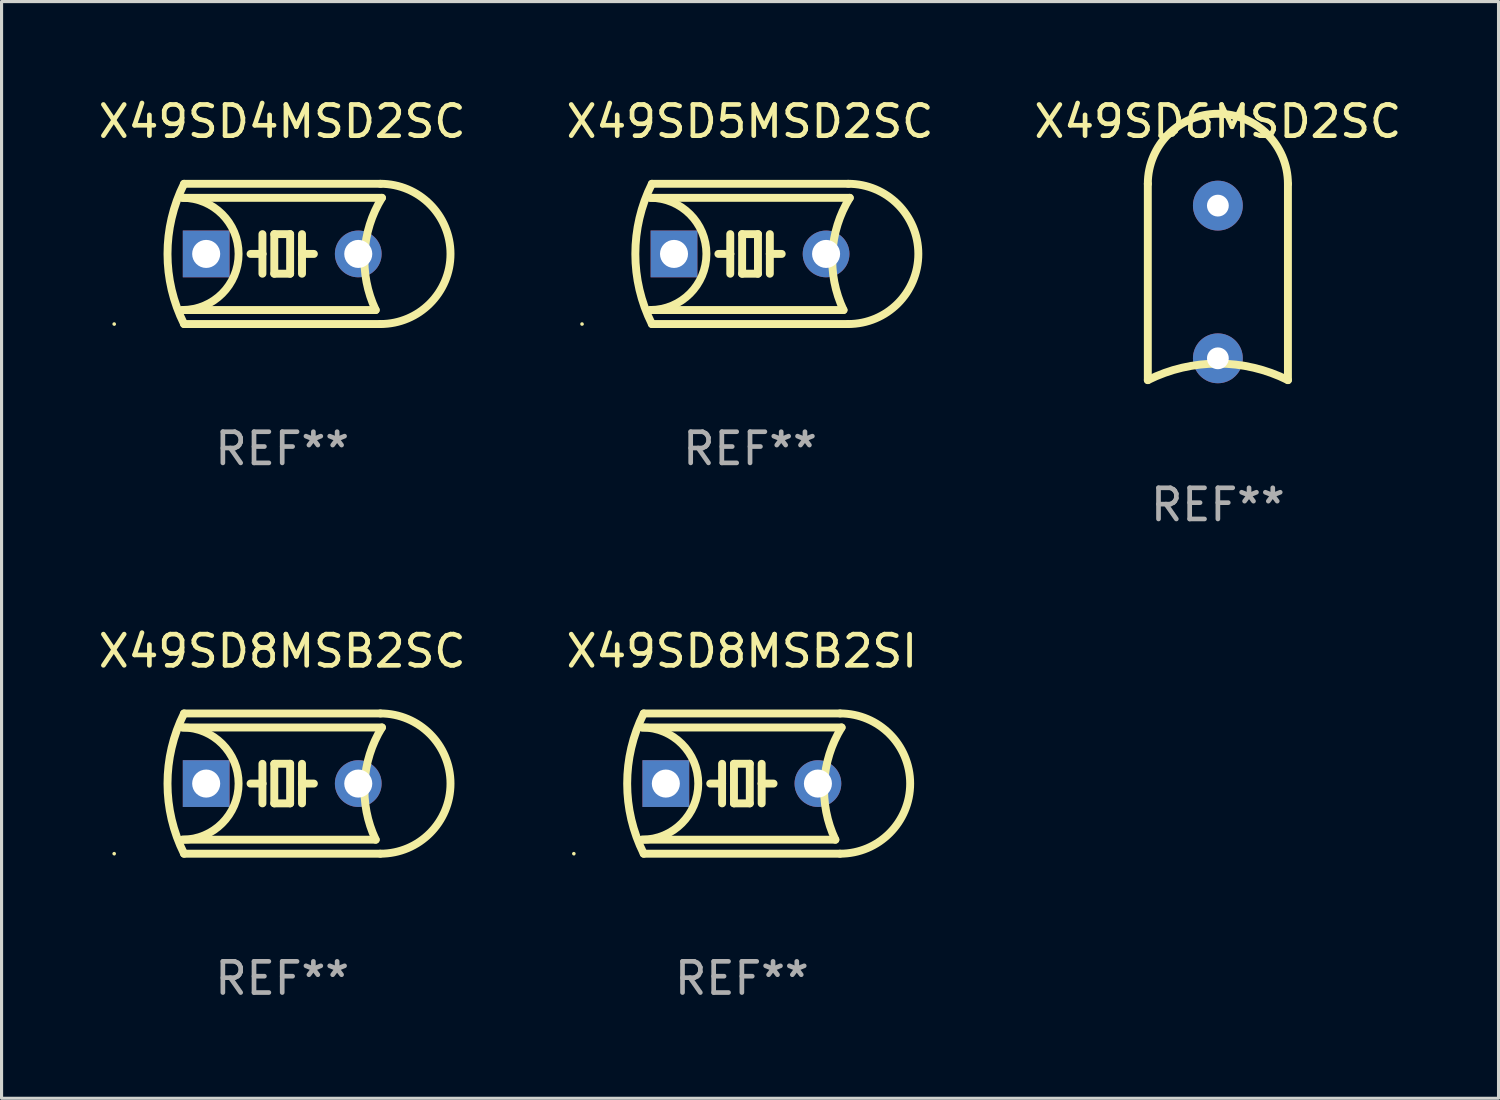
<source format=kicad_pcb>
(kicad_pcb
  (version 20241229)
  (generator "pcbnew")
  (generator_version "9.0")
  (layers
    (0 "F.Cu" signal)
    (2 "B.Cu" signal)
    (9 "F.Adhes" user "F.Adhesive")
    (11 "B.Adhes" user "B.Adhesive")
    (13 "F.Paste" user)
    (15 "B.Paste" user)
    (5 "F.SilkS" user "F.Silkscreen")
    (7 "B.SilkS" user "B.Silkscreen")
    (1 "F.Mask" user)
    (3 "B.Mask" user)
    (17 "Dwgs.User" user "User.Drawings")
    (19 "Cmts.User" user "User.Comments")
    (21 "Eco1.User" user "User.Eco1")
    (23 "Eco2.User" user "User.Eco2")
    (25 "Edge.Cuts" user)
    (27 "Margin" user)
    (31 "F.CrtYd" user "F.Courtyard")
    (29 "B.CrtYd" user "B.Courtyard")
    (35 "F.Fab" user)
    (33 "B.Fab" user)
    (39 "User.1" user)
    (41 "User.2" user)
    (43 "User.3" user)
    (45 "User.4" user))
  (footprint "X49SD8MSB2SC"
    (layer "F.Cu")
    (at 6.006 22.094)
    (property "Reference" "X49SD8MSB2SC" (at 0 -4.25 0) (layer "F.SilkS") (effects (font (size 1 1) (thickness 0.15))))
    (attr through_hole)
    (fp_line (start -3.2 -1.8) (end 3.2 -1.8) (stroke (width 0.254) (type solid)) (layer "F.SilkS"))
    (fp_line (start -3.15 2.25) (end 3.15 2.25) (stroke (width 0.254) (type solid)) (layer "F.SilkS"))
    (fp_line (start -0.635 -0.635) (end -0.635 0) (stroke (width 0.254) (type solid)) (layer "F.SilkS"))
    (fp_line (start -0.635 0) (end -1.016 0) (stroke (width 0.254) (type solid)) (layer "F.SilkS"))
    (fp_line (start -0.635 0) (end -0.635 0.635) (stroke (width 0.254) (type solid)) (layer "F.SilkS"))
    (fp_line (start -0.254 -0.635) (end -0.254 0.635) (stroke (width 0.254) (type solid)) (layer "F.SilkS"))
    (fp_line (start -0.254 0.635) (end 0.254 0.635) (stroke (width 0.254) (type solid)) (layer "F.SilkS"))
    (fp_line (start 0.254 -0.635) (end -0.254 -0.635) (stroke (width 0.254) (type solid)) (layer "F.SilkS"))
    (fp_line (start 0.254 0.635) (end 0.254 -0.635) (stroke (width 0.254) (type solid)) (layer "F.SilkS"))
    (fp_line (start 0.635 -0.635) (end 0.635 0) (stroke (width 0.254) (type solid)) (layer "F.SilkS"))
    (fp_line (start 0.635 0) (end 0.635 0.635) (stroke (width 0.254) (type solid)) (layer "F.SilkS"))
    (fp_line (start 0.635 0) (end 1.016 0) (stroke (width 0.254) (type solid)) (layer "F.SilkS"))
    (fp_line (start 3 1.8) (end -3.2 1.8) (stroke (width 0.254) (type solid)) (layer "F.SilkS"))
    (fp_line (start 3.15 -2.25) (end -3.15 -2.25) (stroke (width 0.254) (type solid)) (layer "F.SilkS"))
    (fp_arc (start -3.200406 -1.800864) (mid -1.399974 -0.000635) (end -3.2 1.8) (stroke (width 0.254001) (type solid)) (layer "F.SilkS"))
    (fp_arc (start -3.149606 2.250444) (mid -3.680941 0.000261) (end -3.149987 -2.250013) (stroke (width 0.254001) (type solid)) (layer "F.SilkS"))
    (fp_arc (start 2.999746 1.800863) (mid 2.642982 -0.024977) (end 3.2 -1.8) (stroke (width 0.254001) (type solid)) (layer "F.SilkS"))
    (fp_arc (start 3.149607 -2.250445) (mid 5.399848 -0.000406) (end 3.149987 2.250013) (stroke (width 0.254001) (type solid)) (layer "F.SilkS"))
    (fp_circle (center -5.392 2.25) (end -5.362 2.25) (stroke (width 0.06) (type solid)) (fill no) (layer "F.SilkS"))
    (fp_text user "REF**" (at 0 6.25 0) (layer "F.Fab") (effects (font (size 1 1) (thickness 0.15))))
    (pad "1" thru_hole rect (at -2.44 0) (size 1.5 1.5) (drill 0.9) (layers "*.Cu" "*.Mask"))
    (pad "2" thru_hole circle (at 2.44 0) (size 1.5 1.5) (drill 0.9) (layers "*.Cu" "*.Mask")))
  (footprint "X49SD8MSB2SI"
    (layer "F.Cu")
    (at 20.756 22.094)
    (property "Reference" "X49SD8MSB2SI" (at 0 -4.25 0) (layer "F.SilkS") (effects (font (size 1 1) (thickness 0.15))))
    (attr through_hole)
    (fp_line (start -3.2 -1.8) (end 3.2 -1.8) (stroke (width 0.254) (type solid)) (layer "F.SilkS"))
    (fp_line (start -3.15 2.25) (end 3.15 2.25) (stroke (width 0.254) (type solid)) (layer "F.SilkS"))
    (fp_line (start -0.635 -0.635) (end -0.635 0) (stroke (width 0.254) (type solid)) (layer "F.SilkS"))
    (fp_line (start -0.635 0) (end -1.016 0) (stroke (width 0.254) (type solid)) (layer "F.SilkS"))
    (fp_line (start -0.635 0) (end -0.635 0.635) (stroke (width 0.254) (type solid)) (layer "F.SilkS"))
    (fp_line (start -0.254 -0.635) (end -0.254 0.635) (stroke (width 0.254) (type solid)) (layer "F.SilkS"))
    (fp_line (start -0.254 0.635) (end 0.254 0.635) (stroke (width 0.254) (type solid)) (layer "F.SilkS"))
    (fp_line (start 0.254 -0.635) (end -0.254 -0.635) (stroke (width 0.254) (type solid)) (layer "F.SilkS"))
    (fp_line (start 0.254 0.635) (end 0.254 -0.635) (stroke (width 0.254) (type solid)) (layer "F.SilkS"))
    (fp_line (start 0.635 -0.635) (end 0.635 0) (stroke (width 0.254) (type solid)) (layer "F.SilkS"))
    (fp_line (start 0.635 0) (end 0.635 0.635) (stroke (width 0.254) (type solid)) (layer "F.SilkS"))
    (fp_line (start 0.635 0) (end 1.016 0) (stroke (width 0.254) (type solid)) (layer "F.SilkS"))
    (fp_line (start 3 1.8) (end -3.2 1.8) (stroke (width 0.254) (type solid)) (layer "F.SilkS"))
    (fp_line (start 3.15 -2.25) (end -3.15 -2.25) (stroke (width 0.254) (type solid)) (layer "F.SilkS"))
    (fp_arc (start -3.200406 -1.800864) (mid -1.399974 -0.000635) (end -3.2 1.8) (stroke (width 0.254001) (type solid)) (layer "F.SilkS"))
    (fp_arc (start -3.149606 2.250444) (mid -3.680941 0.000261) (end -3.149987 -2.250013) (stroke (width 0.254001) (type solid)) (layer "F.SilkS"))
    (fp_arc (start 2.999746 1.800863) (mid 2.642982 -0.024977) (end 3.2 -1.8) (stroke (width 0.254001) (type solid)) (layer "F.SilkS"))
    (fp_arc (start 3.149607 -2.250445) (mid 5.399848 -0.000406) (end 3.149987 2.250013) (stroke (width 0.254001) (type solid)) (layer "F.SilkS"))
    (fp_circle (center -5.392 2.25) (end -5.362 2.25) (stroke (width 0.06) (type solid)) (fill no) (layer "F.SilkS"))
    (fp_text user "REF**" (at 0 6.25 0) (layer "F.Fab") (effects (font (size 1 1) (thickness 0.15))))
    (pad "1" thru_hole rect (at -2.44 0) (size 1.5 1.5) (drill 0.9) (layers "*.Cu" "*.Mask"))
    (pad "2" thru_hole circle (at 2.44 0) (size 1.5 1.5) (drill 0.9) (layers "*.Cu" "*.Mask")))
  (footprint "X49SD4MSD2SC"
    (layer "F.Cu")
    (at 6.006 5.098)
    (property "Reference" "X49SD4MSD2SC" (at 0 -4.25 0) (layer "F.SilkS") (effects (font (size 1 1) (thickness 0.15))))
    (attr through_hole)
    (fp_line (start -3.2 -1.8) (end 3.2 -1.8) (stroke (width 0.254) (type solid)) (layer "F.SilkS"))
    (fp_line (start -3.15 2.25) (end 3.15 2.25) (stroke (width 0.254) (type solid)) (layer "F.SilkS"))
    (fp_line (start -0.635 -0.635) (end -0.635 0) (stroke (width 0.254) (type solid)) (layer "F.SilkS"))
    (fp_line (start -0.635 0) (end -1.016 0) (stroke (width 0.254) (type solid)) (layer "F.SilkS"))
    (fp_line (start -0.635 0) (end -0.635 0.635) (stroke (width 0.254) (type solid)) (layer "F.SilkS"))
    (fp_line (start -0.254 -0.635) (end -0.254 0.635) (stroke (width 0.254) (type solid)) (layer "F.SilkS"))
    (fp_line (start -0.254 0.635) (end 0.254 0.635) (stroke (width 0.254) (type solid)) (layer "F.SilkS"))
    (fp_line (start 0.254 -0.635) (end -0.254 -0.635) (stroke (width 0.254) (type solid)) (layer "F.SilkS"))
    (fp_line (start 0.254 0.635) (end 0.254 -0.635) (stroke (width 0.254) (type solid)) (layer "F.SilkS"))
    (fp_line (start 0.635 -0.635) (end 0.635 0) (stroke (width 0.254) (type solid)) (layer "F.SilkS"))
    (fp_line (start 0.635 0) (end 0.635 0.635) (stroke (width 0.254) (type solid)) (layer "F.SilkS"))
    (fp_line (start 0.635 0) (end 1.016 0) (stroke (width 0.254) (type solid)) (layer "F.SilkS"))
    (fp_line (start 3 1.8) (end -3.2 1.8) (stroke (width 0.254) (type solid)) (layer "F.SilkS"))
    (fp_line (start 3.15 -2.25) (end -3.15 -2.25) (stroke (width 0.254) (type solid)) (layer "F.SilkS"))
    (fp_arc (start -3.200406 -1.800864) (mid -1.399974 -0.000635) (end -3.2 1.8) (stroke (width 0.254001) (type solid)) (layer "F.SilkS"))
    (fp_arc (start -3.149606 2.250444) (mid -3.680941 0.000261) (end -3.149987 -2.250013) (stroke (width 0.254001) (type solid)) (layer "F.SilkS"))
    (fp_arc (start 2.999746 1.800863) (mid 2.642982 -0.024977) (end 3.2 -1.8) (stroke (width 0.254001) (type solid)) (layer "F.SilkS"))
    (fp_arc (start 3.149607 -2.250445) (mid 5.399848 -0.000406) (end 3.149987 2.250013) (stroke (width 0.254001) (type solid)) (layer "F.SilkS"))
    (fp_circle (center -5.392 2.25) (end -5.362 2.25) (stroke (width 0.06) (type solid)) (fill no) (layer "F.SilkS"))
    (fp_text user "REF**" (at 0 6.25 0) (layer "F.Fab") (effects (font (size 1 1) (thickness 0.15))))
    (pad "1" thru_hole rect (at -2.44 0) (size 1.5 1.5) (drill 0.9) (layers "*.Cu" "*.Mask"))
    (pad "2" thru_hole circle (at 2.44 0) (size 1.5 1.5) (drill 0.9) (layers "*.Cu" "*.Mask")))
  (footprint "X49SD6MSD2SC"
    (layer "F.Cu")
    (at 36.03 5.998)
    (property "Reference" "X49SD6MSD2SC" (at 0 -5.15 0) (layer "F.SilkS") (effects (font (size 1 1) (thickness 0.15))))
    (attr through_hole)
    (fp_line (start -2.248 3.15) (end -2.248 -3.15) (stroke (width 0.254) (type solid)) (layer "F.SilkS"))
    (fp_line (start 2.248 3.15) (end 2.248 -3.15) (stroke (width 0.254) (type solid)) (layer "F.SilkS"))
    (fp_arc (start -2.247904 -3.149606) (mid 0 -5.39751) (end 2.247904 -3.149606) (stroke (width 0.254001) (type solid)) (layer "F.SilkS"))
    (fp_arc (start -2.247904 3.149606) (mid 0 2.618948) (end 2.247905 3.149606) (stroke (width 0.254001) (type solid)) (layer "F.SilkS"))
    (fp_circle (center -2.375 -5.398) (end -2.345 -5.398) (stroke (width 0.06) (type solid)) (fill no) (layer "F.SilkS"))
    (fp_text user "REF**" (at 0 7.15 0) (layer "F.Fab") (effects (font (size 1 1) (thickness 0.15))))
    (pad "1" thru_hole circle (at 0 -2.45) (size 1.6 1.6) (drill 0.7) (layers "*.Cu" "*.Mask"))
    (pad "2" thru_hole circle (at 0 2.45) (size 1.6 1.6) (drill 0.7) (layers "*.Cu" "*.Mask")))
  (footprint "X49SD5MSD2SC"
    (layer "F.Cu")
    (at 21.018 5.098)
    (property "Reference" "X49SD5MSD2SC" (at 0 -4.25 0) (layer "F.SilkS") (effects (font (size 1 1) (thickness 0.15))))
    (attr through_hole)
    (fp_line (start -3.2 -1.8) (end 3.2 -1.8) (stroke (width 0.254) (type solid)) (layer "F.SilkS"))
    (fp_line (start -3.15 2.25) (end 3.15 2.25) (stroke (width 0.254) (type solid)) (layer "F.SilkS"))
    (fp_line (start -0.635 -0.635) (end -0.635 0) (stroke (width 0.254) (type solid)) (layer "F.SilkS"))
    (fp_line (start -0.635 0) (end -1.016 0) (stroke (width 0.254) (type solid)) (layer "F.SilkS"))
    (fp_line (start -0.635 0) (end -0.635 0.635) (stroke (width 0.254) (type solid)) (layer "F.SilkS"))
    (fp_line (start -0.254 -0.635) (end -0.254 0.635) (stroke (width 0.254) (type solid)) (layer "F.SilkS"))
    (fp_line (start -0.254 0.635) (end 0.254 0.635) (stroke (width 0.254) (type solid)) (layer "F.SilkS"))
    (fp_line (start 0.254 -0.635) (end -0.254 -0.635) (stroke (width 0.254) (type solid)) (layer "F.SilkS"))
    (fp_line (start 0.254 0.635) (end 0.254 -0.635) (stroke (width 0.254) (type solid)) (layer "F.SilkS"))
    (fp_line (start 0.635 -0.635) (end 0.635 0) (stroke (width 0.254) (type solid)) (layer "F.SilkS"))
    (fp_line (start 0.635 0) (end 0.635 0.635) (stroke (width 0.254) (type solid)) (layer "F.SilkS"))
    (fp_line (start 0.635 0) (end 1.016 0) (stroke (width 0.254) (type solid)) (layer "F.SilkS"))
    (fp_line (start 3 1.8) (end -3.2 1.8) (stroke (width 0.254) (type solid)) (layer "F.SilkS"))
    (fp_line (start 3.15 -2.25) (end -3.15 -2.25) (stroke (width 0.254) (type solid)) (layer "F.SilkS"))
    (fp_arc (start -3.200406 -1.800864) (mid -1.399974 -0.000635) (end -3.2 1.8) (stroke (width 0.254001) (type solid)) (layer "F.SilkS"))
    (fp_arc (start -3.149606 2.250444) (mid -3.680941 0.000261) (end -3.149987 -2.250013) (stroke (width 0.254001) (type solid)) (layer "F.SilkS"))
    (fp_arc (start 2.999746 1.800863) (mid 2.642982 -0.024977) (end 3.2 -1.8) (stroke (width 0.254001) (type solid)) (layer "F.SilkS"))
    (fp_arc (start 3.149607 -2.250445) (mid 5.399848 -0.000406) (end 3.149987 2.250013) (stroke (width 0.254001) (type solid)) (layer "F.SilkS"))
    (fp_circle (center -5.392 2.25) (end -5.362 2.25) (stroke (width 0.06) (type solid)) (fill no) (layer "F.SilkS"))
    (fp_text user "REF**" (at 0 6.25 0) (layer "F.Fab") (effects (font (size 1 1) (thickness 0.15))))
    (pad "1" thru_hole rect (at -2.44 0) (size 1.5 1.5) (drill 0.9) (layers "*.Cu" "*.Mask"))
    (pad "2" thru_hole circle (at 2.44 0) (size 1.5 1.5) (drill 0.9) (layers "*.Cu" "*.Mask")))
  (gr_rect
    (start -3 -3)
    (end 45.036 32.192)
    (stroke (width 0.1) (type default))
    (fill no)
    (layer "Edge.Cuts")))
</source>
